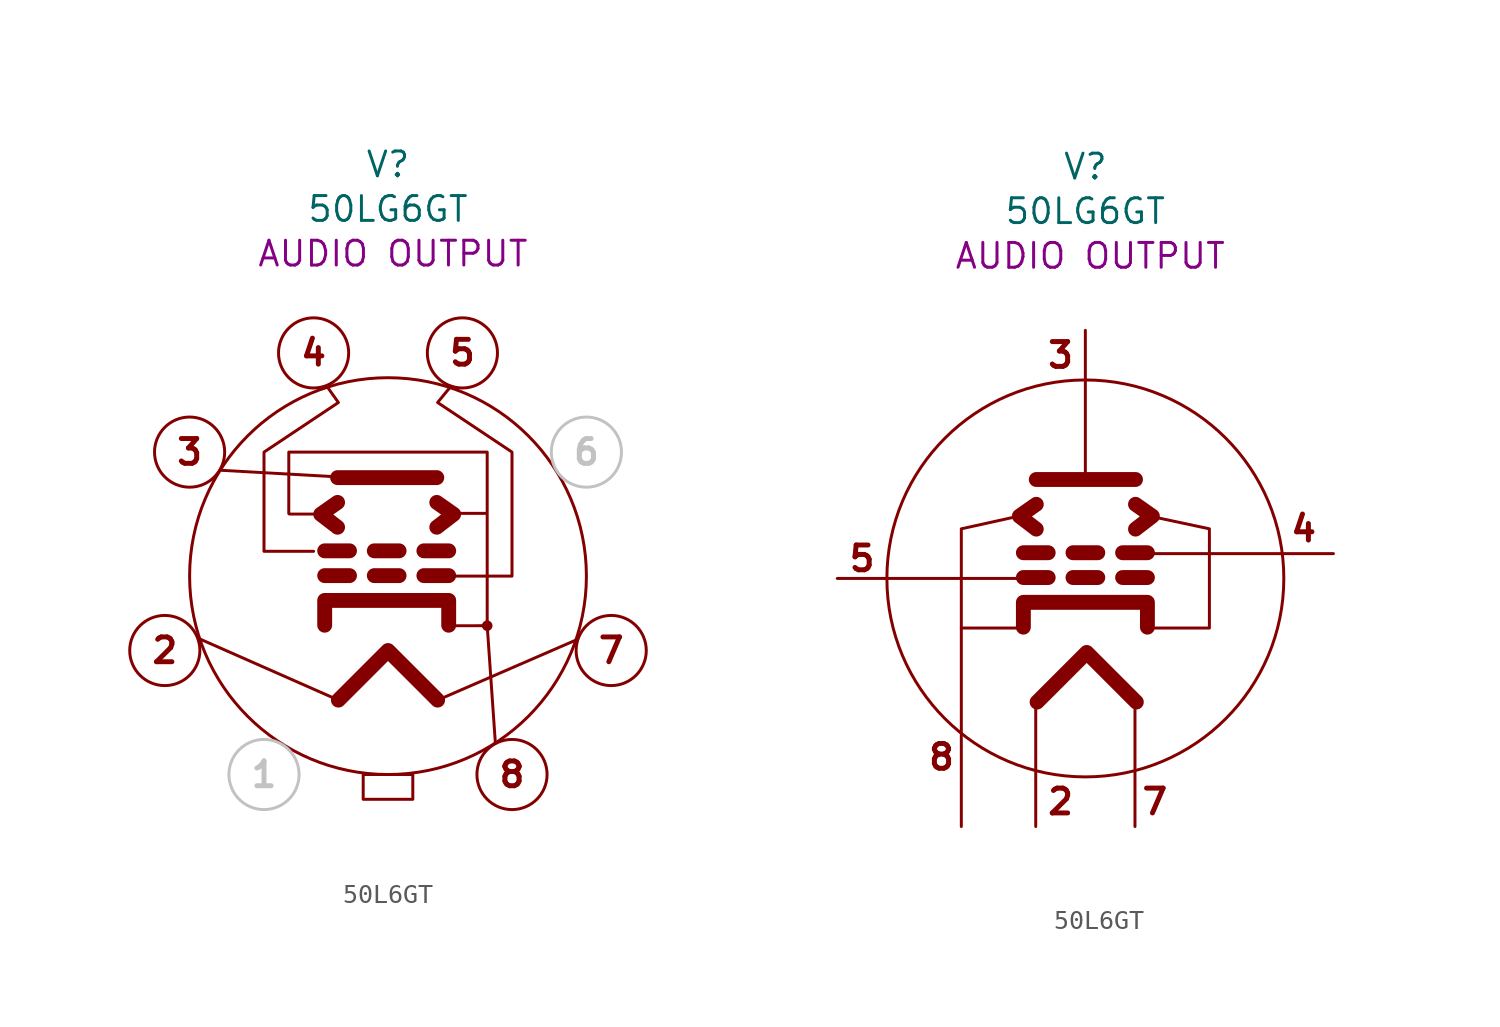
<source format=kicad_sym>
(kicad_symbol_lib
  (version 20231120)
  (generator "kicad_symbol_editor")
  (generator_version "8.0")
  (symbol "50L6GT"
    (property "Reference" "V"
      (at 0 21.082 0)
      (effects (font (size 1.27 1.27))))
    (property "Value" "50LG6GT"
      (at 0 18.796 0)
      (effects (font (size 1.27 1.27))))
    (property "Description" "AUDIO OUTPUT"
      (at 0.254 16.51 0)
      (effects (font (size 1.27 1.27))))
    (symbol "50L6GT_0_1"
      (polyline (pts (xy -2.54 -6.35) (xy -9.662 -3.209)) (stroke (width 0) (type default)) (fill (type none)))
      (polyline (pts (xy -2.54 5.08) (xy -8.583 5.421)) (stroke (width 0) (type default)) (fill (type none)))
      (polyline (pts (xy 3.126 -2.542) (xy 5.08 -2.54) (xy 5.499 -8.56)) (stroke (width 0) (type default)) (fill (type none))))
    (symbol "50L6GT_1_0"
      (circle (center 0 0) (radius 10.16) (stroke (width 0) (type default)) (fill (type none))))
    (symbol "50L6GT_1_1"
      (circle (center -11.43 -3.81) (radius 1.796) (stroke (width 0) (type default)) (fill (type none)))
      (circle (center -10.16 6.35) (radius 1.796) (stroke (width 0) (type default)) (fill (type none)))
      (circle (center -6.35 -10.16) (radius 1.796) (stroke (width 0) (type default) (color 194 194 194 1)) (fill (type none)))
      (circle (center -3.81 11.43) (radius 1.796) (stroke (width 0) (type default)) (fill (type none)))
      (rectangle (start -1.27 -10.16) (end 1.27 -11.43) (stroke (width 0) (type default)) (fill (type none)))
      (polyline (pts (xy -3.338 3.177) (xy -5.045 3.177)) (stroke (width 0) (type default)) (fill (type none)))
      (polyline (pts (xy -3.242 0.025) (xy -1.972 0.025)) (stroke (width 0.762) (type solid)) (fill (type none)))
      (polyline (pts (xy -3.242 1.295) (xy -1.972 1.295)) (stroke (width 0.762) (type solid)) (fill (type none)))
      (polyline (pts (xy -2.582 5.044) (xy 2.498 5.044)) (stroke (width 0.762) (type default)) (fill (type none)))
      (polyline (pts (xy -0.702 0.025) (xy 0.568 0.025)) (stroke (width 0.762) (type solid)) (fill (type none)))
      (polyline (pts (xy -0.702 1.295) (xy 0.568 1.295)) (stroke (width 0.762) (type solid)) (fill (type none)))
      (polyline (pts (xy 1.838 0.025) (xy 3.108 0.025)) (stroke (width 0.762) (type solid)) (fill (type none)))
      (polyline (pts (xy 1.838 1.295) (xy 3.108 1.295)) (stroke (width 0.762) (type solid)) (fill (type none)))
      (polyline (pts (xy 2.54 -6.35) (xy 9.704 -3.24)) (stroke (width 0) (type default)) (fill (type none)))
      (polyline (pts (xy 3.452 3.212) (xy 5.019 3.212)) (stroke (width 0) (type default)) (fill (type none)))
      (polyline (pts (xy -2.582 2.504) (xy -3.446 3.168) (xy -2.582 3.774)) (stroke (width 0.762) (type solid)) (fill (type none)))
      (polyline (pts (xy -2.54 -6.35) (xy 0 -3.81) (xy 2.54 -6.35)) (stroke (width 0.762) (type default)) (fill (type none)))
      (polyline (pts (xy 2.498 2.504) (xy 3.362 3.168) (xy 2.498 3.774)) (stroke (width 0.762) (type solid)) (fill (type none)))
      (polyline (pts (xy -3.242 -2.515) (xy -3.242 -1.245) (xy 3.108 -1.245) (xy 3.108 -2.515)) (stroke (width 0.762) (type default)) (fill (type none)))
      (polyline (pts (xy 5.08 -2.54) (xy 5.08 6.35) (xy -5.08 6.35) (xy -5.081 3.201)) (stroke (width 0) (type default)) (fill (type none)))
      (polyline (pts (xy -3.81 1.27) (xy -6.35 1.27) (xy -6.35 6.35) (xy -2.54 8.89) (xy -3.131 9.721)) (stroke (width 0) (type default)) (fill (type none)))
      (polyline (pts (xy 2.54 0) (xy 6.35 0) (xy 6.35 6.35) (xy 2.54 8.89) (xy 3.173 9.662)) (stroke (width 0) (type default)) (fill (type none)))
      (circle (center 3.81 11.43) (radius 1.796) (stroke (width 0) (type default)) (fill (type none)))
      (circle (center 5.08 -2.54) (radius 0.195) (stroke (width 0) (type default)) (fill (type outline)))
      (circle (center 6.35 -10.16) (radius 1.796) (stroke (width 0) (type default)) (fill (type none)))
      (circle (center 10.16 6.35) (radius 1.796) (stroke (width 0) (type default) (color 194 194 194 1)) (fill (type none)))
      (circle (center 11.43 -3.81) (radius 1.796) (stroke (width 0) (type default)) (fill (type none)))
      (text "1" (at -6.35 -10.16 0) (effects (font (size 1.27 1.27) (thickness 0.254) (bold yes) (color 194 194 194 1))))
      (text "2" (at -11.43 -3.81 0) (effects (font (size 1.27 1.27) (thickness 0.254) (bold yes))))
      (text "3" (at -10.16 6.35 0) (effects (font (size 1.27 1.27) (thickness 0.254) (bold yes))))
      (text "4" (at -3.81 11.43 0) (effects (font (size 1.27 1.27) (thickness 0.254) (bold yes))))
      (text "5" (at 3.81 11.43 0) (effects (font (size 1.27 1.27) (thickness 0.254) (bold yes))))
      (text "6" (at 10.16 6.35 0) (effects (font (size 1.27 1.27) (thickness 0.254) (bold yes) (color 194 194 194 1))))
      (text "7" (at 11.43 -3.81 0) (effects (font (size 1.27 1.27) (thickness 0.254) (bold yes))))
      (text "8" (at 6.35 -10.16 0) (effects (font (size 1.27 1.27) (thickness 0.254) (bold yes))))
      (pin bidirectional line (at -11.43 -3.81 0) (length 1.778) hide (name "" (effects (font (size 1.27 1.27)))) (number "2" (effects (font (size 1.27 1.27)))))
      (pin bidirectional line (at -10.16 6.35 0) (length 1.778) hide (name "" (effects (font (size 1.27 1.27)))) (number "3" (effects (font (size 1.27 1.27)))))
      (pin bidirectional line (at -3.81 11.43 0) (length 1.778) hide (name "" (effects (font (size 1.27 1.27)))) (number "4" (effects (font (size 1.27 1.27)))))
      (pin bidirectional line (at 3.81 11.43 0) (length 1.778) hide (name "" (effects (font (size 1.27 1.27)))) (number "5" (effects (font (size 1.27 1.27)))))
      (pin bidirectional line (at 11.43 -3.81 0) (length 1.778) hide (name "" (effects (font (size 1.27 1.27)))) (number "7" (effects (font (size 1.27 1.27)))))
      (pin bidirectional line (at 6.35 -10.16 0) (length 1.778) hide (name "" (effects (font (size 1.27 1.27)))) (number "8" (effects (font (size 1.27 1.27))))))
    (symbol "50L6GT_1_2"
      (polyline (pts (xy -3.173 0.046) (xy -1.903 0.046)) (stroke (width 0.762) (type solid)) (fill (type none)))
      (polyline (pts (xy -3.173 1.316) (xy -1.903 1.316)) (stroke (width 0.762) (type solid)) (fill (type none)))
      (polyline (pts (xy -2.54 -6.35) (xy -2.54 -12.7)) (stroke (width 0) (type default)) (fill (type none)))
      (polyline (pts (xy -2.54 0) (xy -12.7 0)) (stroke (width 0) (type default)) (fill (type none)))
      (polyline (pts (xy -2.513 5.065) (xy 2.567 5.065)) (stroke (width 0.762) (type default)) (fill (type none)))
      (polyline (pts (xy -0.633 0.046) (xy 0.637 0.046)) (stroke (width 0.762) (type solid)) (fill (type none)))
      (polyline (pts (xy -0.633 1.316) (xy 0.637 1.316)) (stroke (width 0.762) (type solid)) (fill (type none)))
      (polyline (pts (xy 0 5.08) (xy 0 12.7)) (stroke (width 0) (type default)) (fill (type none)))
      (polyline (pts (xy 1.907 0.046) (xy 3.177 0.046)) (stroke (width 0.762) (type solid)) (fill (type none)))
      (polyline (pts (xy 1.907 1.316) (xy 3.177 1.316)) (stroke (width 0.762) (type solid)) (fill (type none)))
      (polyline (pts (xy 2.54 -6.35) (xy 2.54 -12.7)) (stroke (width 0) (type default)) (fill (type none)))
      (polyline (pts (xy 2.54 1.27) (xy 12.7 1.27)) (stroke (width 0) (type default)) (fill (type none)))
      (polyline (pts (xy -3.23 3.23) (xy -6.35 2.54) (xy -6.35 -2.54)) (stroke (width 0) (type default)) (fill (type none)))
      (polyline (pts (xy -3.18 -2.54) (xy -6.35 -2.54) (xy -6.35 -12.7)) (stroke (width 0) (type default)) (fill (type none)))
      (polyline (pts (xy -2.513 2.525) (xy -3.378 3.189) (xy -2.513 3.795)) (stroke (width 0.762) (type solid)) (fill (type none)))
      (polyline (pts (xy -2.471 -6.329) (xy 0.069 -3.789) (xy 2.609 -6.329)) (stroke (width 0.762) (type default)) (fill (type none)))
      (polyline (pts (xy 2.567 2.525) (xy 3.431 3.189) (xy 2.567 3.795)) (stroke (width 0.762) (type solid)) (fill (type none)))
      (polyline (pts (xy -3.173 -2.494) (xy -3.173 -1.224) (xy 3.177 -1.224) (xy 3.177 -2.494)) (stroke (width 0.762) (type default)) (fill (type none)))
      (polyline (pts (xy 3.403 3.167) (xy 6.35 2.54) (xy 6.35 -2.54) (xy 3.189 -2.54)) (stroke (width 0) (type default)) (fill (type none)))
      (text "2" (at -1.27 -11.43 0) (effects (font (size 1.27 1.27) (thickness 0.254) (bold yes))))
      (text "3" (at -1.27 11.43 0) (effects (font (size 1.27 1.27) (thickness 0.254) (bold yes))))
      (text "4" (at 11.176 2.54 0) (effects (font (size 1.27 1.27) (thickness 0.254) (bold yes))))
      (text "5" (at -11.43 1.016 0) (effects (font (size 1.27 1.27) (thickness 0.254) (bold yes))))
      (text "7" (at 3.556 -11.43 0) (effects (font (size 1.27 1.27) (thickness 0.254) (bold yes))))
      (text "8" (at -7.366 -9.144 0) (effects (font (size 1.27 1.27) (thickness 0.254) (bold yes))))
      (pin bidirectional line (at -2.54 -12.7 0) (length 1.778) hide (name "" (effects (font (size 1.27 1.27)))) (number "2" (effects (font (size 1.27 1.27)))))
      (pin bidirectional line (at 0 12.7 0) (length 1.778) hide (name "" (effects (font (size 1.27 1.27)))) (number "3" (effects (font (size 1.27 1.27)))))
      (pin bidirectional line (at 12.7 1.27 0) (length 1.778) hide (name "" (effects (font (size 1.27 1.27)))) (number "4" (effects (font (size 1.27 1.27)))))
      (pin bidirectional line (at -12.7 0 0) (length 1.778) hide (name "" (effects (font (size 1.27 1.27)))) (number "5" (effects (font (size 1.27 1.27)))))
      (pin bidirectional line (at 2.54 -12.7 0) (length 1.778) hide (name "" (effects (font (size 1.27 1.27)))) (number "7" (effects (font (size 1.27 1.27)))))
      (pin bidirectional line (at -6.35 -12.7 0) (length 1.778) hide (name "" (effects (font (size 1.27 1.27)))) (number "8" (effects (font (size 1.27 1.27))))))))
</source>
